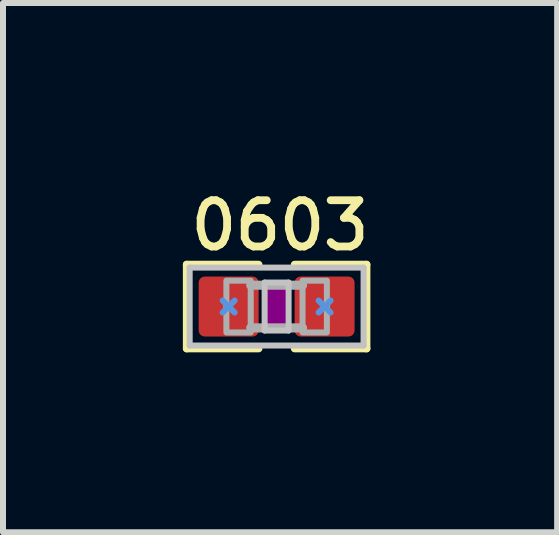
<source format=kicad_pcb>
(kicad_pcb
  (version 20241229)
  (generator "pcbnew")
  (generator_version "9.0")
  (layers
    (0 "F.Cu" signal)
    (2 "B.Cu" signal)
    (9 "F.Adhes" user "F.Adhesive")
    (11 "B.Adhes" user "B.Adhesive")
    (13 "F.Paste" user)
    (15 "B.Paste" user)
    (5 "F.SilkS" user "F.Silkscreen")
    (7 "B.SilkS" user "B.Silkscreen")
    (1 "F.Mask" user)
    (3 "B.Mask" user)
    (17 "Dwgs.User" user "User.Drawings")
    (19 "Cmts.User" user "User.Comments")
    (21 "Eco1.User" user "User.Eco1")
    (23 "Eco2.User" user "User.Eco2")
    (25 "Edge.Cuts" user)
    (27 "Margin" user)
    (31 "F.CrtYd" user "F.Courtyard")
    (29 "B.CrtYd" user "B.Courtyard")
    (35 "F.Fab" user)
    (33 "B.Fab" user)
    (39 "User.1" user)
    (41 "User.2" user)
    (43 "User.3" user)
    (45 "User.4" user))
  (footprint "0603"
    (layer "F.Cu")
    (at 1.563 2.062)
    (property "Reference" "0603" (at -1.5 -0.9 0) (layer "F.SilkS") (effects (font (size 0.772 0.772) (thickness 0.13)) (justify left bottom)))
    (attr through_hole)
    (fp_line (start -1.5 -0.7) (end -0.3 -0.7) (stroke (width 0.127) (type solid)) (layer "F.SilkS"))
    (fp_line (start -1.5 0.7) (end -1.5 -0.7) (stroke (width 0.127) (type solid)) (layer "F.SilkS"))
    (fp_line (start -0.3 0.7) (end -1.5 0.7) (stroke (width 0.127) (type solid)) (layer "F.SilkS"))
    (fp_line (start 0.3 -0.7) (end 1.5 -0.7) (stroke (width 0.127) (type solid)) (layer "F.SilkS"))
    (fp_line (start 1.5 -0.7) (end 1.5 0.7) (stroke (width 0.127) (type solid)) (layer "F.SilkS"))
    (fp_line (start 1.5 0.7) (end 0.3 0.7) (stroke (width 0.127) (type solid)) (layer "F.SilkS"))
    (fp_poly (pts (xy -0.2 0.4) (xy 0.2 0.4) (xy 0.2 -0.4) (xy -0.2 -0.4)) (stroke (width 0) (type solid)) (fill yes) (layer "F.Adhes"))
    (fp_line (start -1.45 -0.65) (end 1.45 -0.65) (stroke (width 0.1) (type solid)) (layer "Dwgs.User"))
    (fp_line (start -1.45 0.65) (end -1.45 -0.65) (stroke (width 0.1) (type solid)) (layer "Dwgs.User"))
    (fp_line (start -0.2 -0.4) (end 0.2 -0.4) (stroke (width 0.1) (type solid)) (layer "Dwgs.User"))
    (fp_line (start -0.2 0.4) (end -0.2 -0.4) (stroke (width 0.1) (type solid)) (layer "Dwgs.User"))
    (fp_line (start 0.2 -0.4) (end 0.2 0.4) (stroke (width 0.1) (type solid)) (layer "Dwgs.User"))
    (fp_line (start 0.2 0.4) (end -0.2 0.4) (stroke (width 0.1) (type solid)) (layer "Dwgs.User"))
    (fp_line (start 1.45 -0.65) (end 1.45 0.65) (stroke (width 0.1) (type solid)) (layer "Dwgs.User"))
    (fp_line (start 1.45 0.65) (end -1.45 0.65) (stroke (width 0.1) (type solid)) (layer "Dwgs.User"))
    (fp_line (start -0.9 -0.1) (end -0.7 0.1) (stroke (width 0.1) (type solid)) (layer "Cmts.User"))
    (fp_line (start -0.9 0.1) (end -0.7 -0.1) (stroke (width 0.1) (type solid)) (layer "Cmts.User"))
    (fp_line (start 0.7 -0.1) (end 0.9 0.1) (stroke (width 0.1) (type solid)) (layer "Cmts.User"))
    (fp_line (start 0.7 0.1) (end 0.9 -0.1) (stroke (width 0.1) (type solid)) (layer "Cmts.User"))
    (fp_line (start -0.432 0.356) (end 0.432 0.356) (stroke (width 0.152) (type solid)) (layer "F.Fab"))
    (fp_line (start 0.432 -0.356) (end -0.432 -0.356) (stroke (width 0.152) (type solid)) (layer "F.Fab"))
    (fp_poly (pts (xy -0.838 0.432) (xy -0.432 0.432) (xy -0.432 -0.432) (xy -0.838 -0.432)) (stroke (width 0.1) (type solid)) (fill no) (layer "F.Fab"))
    (fp_poly (pts (xy 0.432 0.432) (xy 0.838 0.432) (xy 0.838 -0.432) (xy 0.432 -0.432)) (stroke (width 0.1) (type solid)) (fill no) (layer "F.Fab"))
    (pad "1" smd roundrect (at -0.8 0) (size 1 1) (layers "F.Cu" "F.Mask" "F.Paste") (roundrect_rratio 0.1))
    (pad "2" smd roundrect (at 0.8 0) (size 1 1) (layers "F.Cu" "F.Mask" "F.Paste") (roundrect_rratio 0.1)))
  (gr_rect
    (start -3 -3)
    (end 6.241 5.826)
    (stroke (width 0.1) (type default))
    (fill no)
    (layer "Edge.Cuts")))
</source>
